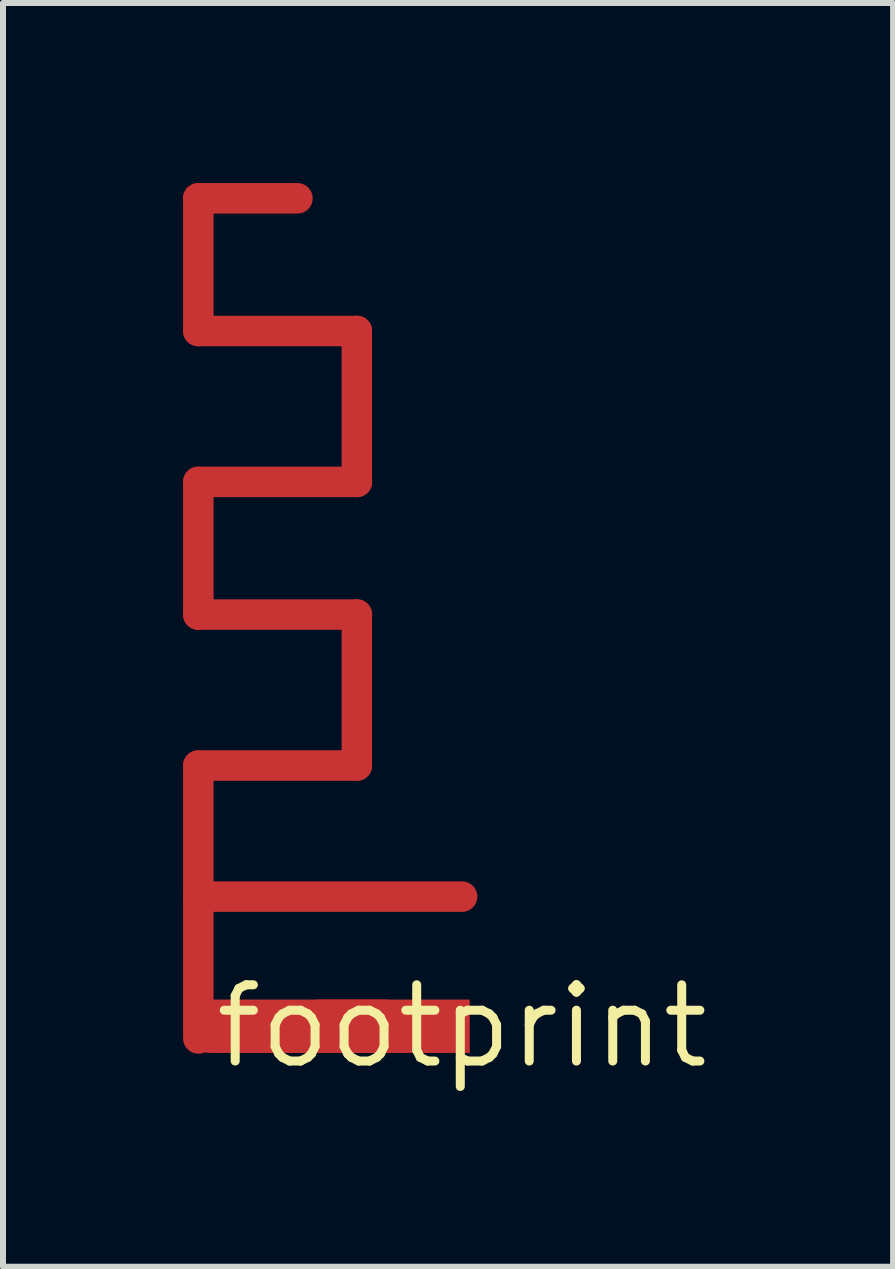
<source format=kicad_pcb>
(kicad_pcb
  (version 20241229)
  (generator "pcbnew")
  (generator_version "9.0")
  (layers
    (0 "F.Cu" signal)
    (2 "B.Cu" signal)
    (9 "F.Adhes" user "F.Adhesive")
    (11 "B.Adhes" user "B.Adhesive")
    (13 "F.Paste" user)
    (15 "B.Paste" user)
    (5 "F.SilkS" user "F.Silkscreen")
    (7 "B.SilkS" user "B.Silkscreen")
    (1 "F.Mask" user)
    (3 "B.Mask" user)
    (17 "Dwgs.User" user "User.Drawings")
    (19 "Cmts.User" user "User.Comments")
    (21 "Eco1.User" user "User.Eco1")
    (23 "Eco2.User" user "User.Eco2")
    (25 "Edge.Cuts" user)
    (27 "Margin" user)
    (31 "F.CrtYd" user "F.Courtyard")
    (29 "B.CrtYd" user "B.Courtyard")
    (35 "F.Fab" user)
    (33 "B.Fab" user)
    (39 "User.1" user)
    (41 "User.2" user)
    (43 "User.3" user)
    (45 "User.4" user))
  (footprint "footprint"
    (layer "F.Cu")
    (at 4.648 14.046)
    (property "Reference" "footprint" (at 0 0 0) (layer "F.SilkS") (effects (font (size 1.27 1.27) (thickness 0.15))))
    (fp_line (start -4.394 -13.792) (end -2.743 -13.792) (stroke (width 0.508) (type solid)) (layer "F.Cu"))
    (fp_line (start -4.394 -11.582) (end -4.394 -13.792) (stroke (width 0.508) (type solid)) (layer "F.Cu"))
    (fp_line (start -4.394 -9.068) (end -1.753 -9.068) (stroke (width 0.508) (type solid)) (layer "F.Cu"))
    (fp_line (start -4.394 -6.858) (end -4.394 -9.068) (stroke (width 0.508) (type solid)) (layer "F.Cu"))
    (fp_line (start -4.394 -4.343) (end -1.753 -4.343) (stroke (width 0.508) (type solid)) (layer "F.Cu"))
    (fp_line (start -4.394 -2.159) (end -4.394 -4.343) (stroke (width 0.508) (type solid)) (layer "F.Cu"))
    (fp_line (start -4.394 0.203) (end -4.394 -2.159) (stroke (width 0.508) (type solid)) (layer "F.Cu"))
    (fp_line (start -4.191 0) (end -1.27 0) (stroke (width 0.889) (type solid)) (layer "F.Cu"))
    (fp_line (start -1.753 -11.582) (end -4.394 -11.582) (stroke (width 0.508) (type solid)) (layer "F.Cu"))
    (fp_line (start -1.753 -9.068) (end -1.753 -11.582) (stroke (width 0.508) (type solid)) (layer "F.Cu"))
    (fp_line (start -1.753 -6.858) (end -4.394 -6.858) (stroke (width 0.508) (type solid)) (layer "F.Cu"))
    (fp_line (start -1.753 -4.343) (end -1.753 -6.858) (stroke (width 0.508) (type solid)) (layer "F.Cu"))
    (fp_line (start 0 -2.159) (end -4.394 -2.159) (stroke (width 0.508) (type solid)) (layer "F.Cu"))
    (pad "FEED" smd rect (at 0 -2.159) (size 0.025 0.025) (layers "F.Cu"))
    (pad "GND" smd rect (at -1.143 0) (size 2.54 0.889) (layers "F.Cu")))
  (gr_rect
    (start -3 -3)
    (end 11.828 18.052)
    (stroke (width 0.1) (type default))
    (fill no)
    (layer "Edge.Cuts")))
</source>
